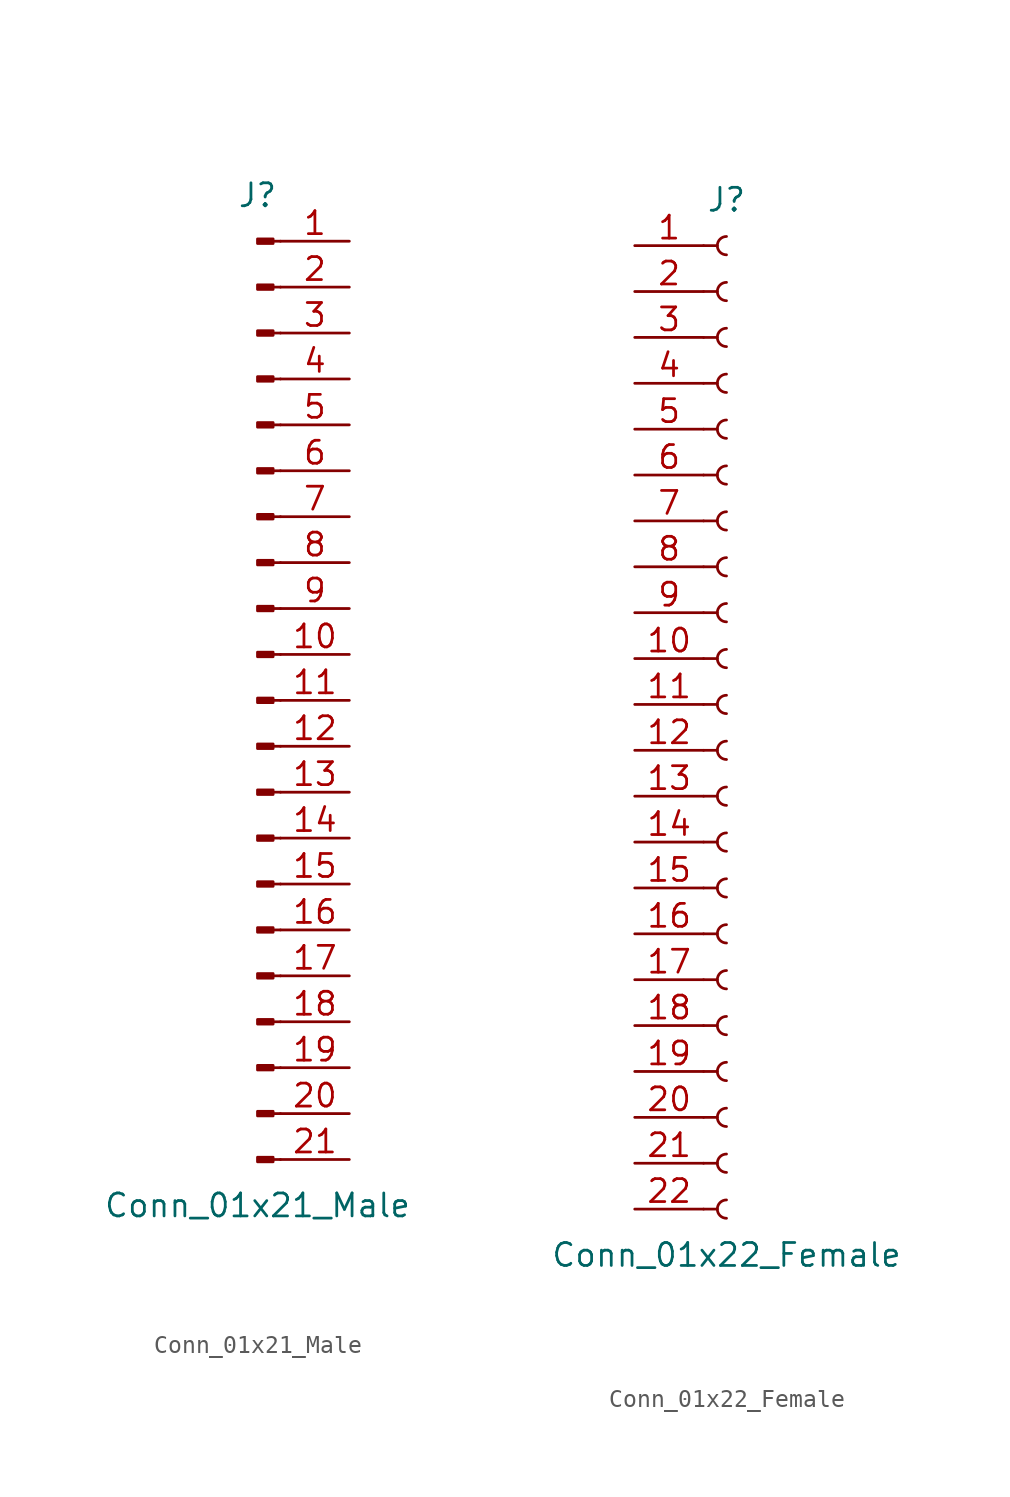
<source format=kicad_sym>
(kicad_symbol_lib
  (version 20220914)
  (generator kicad_symbol_editor)
  (symbol "Conn_01x21_Male"
    (pin_names
      (offset 1.016) hide)
    (property "Reference" "J"
      (at 0 27.94 0)
      (effects (font (size 1.27 1.27))))
    (property "Value" "Conn_01x21_Male"
      (at 0 -27.94 0)
      (effects (font (size 1.27 1.27))))
    (symbol "Conn_01x21_Male_1_1"
      (polyline (pts (xy 1.27 -25.4) (xy 0.864 -25.4)) (stroke (width 0.152) (type solid)) (fill (type none)))
      (polyline (pts (xy 1.27 -22.86) (xy 0.864 -22.86)) (stroke (width 0.152) (type solid)) (fill (type none)))
      (polyline (pts (xy 1.27 -20.32) (xy 0.864 -20.32)) (stroke (width 0.152) (type solid)) (fill (type none)))
      (polyline (pts (xy 1.27 -17.78) (xy 0.864 -17.78)) (stroke (width 0.152) (type solid)) (fill (type none)))
      (polyline (pts (xy 1.27 -15.24) (xy 0.864 -15.24)) (stroke (width 0.152) (type solid)) (fill (type none)))
      (polyline (pts (xy 1.27 -12.7) (xy 0.864 -12.7)) (stroke (width 0.152) (type solid)) (fill (type none)))
      (polyline (pts (xy 1.27 -10.16) (xy 0.864 -10.16)) (stroke (width 0.152) (type solid)) (fill (type none)))
      (polyline (pts (xy 1.27 -7.62) (xy 0.864 -7.62)) (stroke (width 0.152) (type solid)) (fill (type none)))
      (polyline (pts (xy 1.27 -5.08) (xy 0.864 -5.08)) (stroke (width 0.152) (type solid)) (fill (type none)))
      (polyline (pts (xy 1.27 -2.54) (xy 0.864 -2.54)) (stroke (width 0.152) (type solid)) (fill (type none)))
      (polyline (pts (xy 1.27 0) (xy 0.864 0)) (stroke (width 0.152) (type solid)) (fill (type none)))
      (polyline (pts (xy 1.27 2.54) (xy 0.864 2.54)) (stroke (width 0.152) (type solid)) (fill (type none)))
      (polyline (pts (xy 1.27 5.08) (xy 0.864 5.08)) (stroke (width 0.152) (type solid)) (fill (type none)))
      (polyline (pts (xy 1.27 7.62) (xy 0.864 7.62)) (stroke (width 0.152) (type solid)) (fill (type none)))
      (polyline (pts (xy 1.27 10.16) (xy 0.864 10.16)) (stroke (width 0.152) (type solid)) (fill (type none)))
      (polyline (pts (xy 1.27 12.7) (xy 0.864 12.7)) (stroke (width 0.152) (type solid)) (fill (type none)))
      (polyline (pts (xy 1.27 15.24) (xy 0.864 15.24)) (stroke (width 0.152) (type solid)) (fill (type none)))
      (polyline (pts (xy 1.27 17.78) (xy 0.864 17.78)) (stroke (width 0.152) (type solid)) (fill (type none)))
      (polyline (pts (xy 1.27 20.32) (xy 0.864 20.32)) (stroke (width 0.152) (type solid)) (fill (type none)))
      (polyline (pts (xy 1.27 22.86) (xy 0.864 22.86)) (stroke (width 0.152) (type solid)) (fill (type none)))
      (polyline (pts (xy 1.27 25.4) (xy 0.864 25.4)) (stroke (width 0.152) (type solid)) (fill (type none)))
      (rectangle (start 0.864 -25.273) (end 0 -25.527) (stroke (width 0.152) (type solid)) (fill (type outline)))
      (rectangle (start 0.864 -22.733) (end 0 -22.987) (stroke (width 0.152) (type solid)) (fill (type outline)))
      (rectangle (start 0.864 -20.193) (end 0 -20.447) (stroke (width 0.152) (type solid)) (fill (type outline)))
      (rectangle (start 0.864 -17.653) (end 0 -17.907) (stroke (width 0.152) (type solid)) (fill (type outline)))
      (rectangle (start 0.864 -15.113) (end 0 -15.367) (stroke (width 0.152) (type solid)) (fill (type outline)))
      (rectangle (start 0.864 -12.573) (end 0 -12.827) (stroke (width 0.152) (type solid)) (fill (type outline)))
      (rectangle (start 0.864 -10.033) (end 0 -10.287) (stroke (width 0.152) (type solid)) (fill (type outline)))
      (rectangle (start 0.864 -7.493) (end 0 -7.747) (stroke (width 0.152) (type solid)) (fill (type outline)))
      (rectangle (start 0.864 -4.953) (end 0 -5.207) (stroke (width 0.152) (type solid)) (fill (type outline)))
      (rectangle (start 0.864 -2.413) (end 0 -2.667) (stroke (width 0.152) (type solid)) (fill (type outline)))
      (rectangle (start 0.864 0.127) (end 0 -0.127) (stroke (width 0.152) (type solid)) (fill (type outline)))
      (rectangle (start 0.864 2.667) (end 0 2.413) (stroke (width 0.152) (type solid)) (fill (type outline)))
      (rectangle (start 0.864 5.207) (end 0 4.953) (stroke (width 0.152) (type solid)) (fill (type outline)))
      (rectangle (start 0.864 7.747) (end 0 7.493) (stroke (width 0.152) (type solid)) (fill (type outline)))
      (rectangle (start 0.864 10.287) (end 0 10.033) (stroke (width 0.152) (type solid)) (fill (type outline)))
      (rectangle (start 0.864 12.827) (end 0 12.573) (stroke (width 0.152) (type solid)) (fill (type outline)))
      (rectangle (start 0.864 15.367) (end 0 15.113) (stroke (width 0.152) (type solid)) (fill (type outline)))
      (rectangle (start 0.864 17.907) (end 0 17.653) (stroke (width 0.152) (type solid)) (fill (type outline)))
      (rectangle (start 0.864 20.447) (end 0 20.193) (stroke (width 0.152) (type solid)) (fill (type outline)))
      (rectangle (start 0.864 22.987) (end 0 22.733) (stroke (width 0.152) (type solid)) (fill (type outline)))
      (rectangle (start 0.864 25.527) (end 0 25.273) (stroke (width 0.152) (type solid)) (fill (type outline)))
      (pin passive line (at 5.08 25.4 180) (length 3.81) (name "Pin_1" (effects (font (size 1.27 1.27)))) (number "1" (effects (font (size 1.27 1.27)))))
      (pin passive line (at 5.08 2.54 180) (length 3.81) (name "Pin_10" (effects (font (size 1.27 1.27)))) (number "10" (effects (font (size 1.27 1.27)))))
      (pin passive line (at 5.08 0 180) (length 3.81) (name "Pin_11" (effects (font (size 1.27 1.27)))) (number "11" (effects (font (size 1.27 1.27)))))
      (pin passive line (at 5.08 -2.54 180) (length 3.81) (name "Pin_12" (effects (font (size 1.27 1.27)))) (number "12" (effects (font (size 1.27 1.27)))))
      (pin passive line (at 5.08 -5.08 180) (length 3.81) (name "Pin_13" (effects (font (size 1.27 1.27)))) (number "13" (effects (font (size 1.27 1.27)))))
      (pin passive line (at 5.08 -7.62 180) (length 3.81) (name "Pin_14" (effects (font (size 1.27 1.27)))) (number "14" (effects (font (size 1.27 1.27)))))
      (pin passive line (at 5.08 -10.16 180) (length 3.81) (name "Pin_15" (effects (font (size 1.27 1.27)))) (number "15" (effects (font (size 1.27 1.27)))))
      (pin passive line (at 5.08 -12.7 180) (length 3.81) (name "Pin_16" (effects (font (size 1.27 1.27)))) (number "16" (effects (font (size 1.27 1.27)))))
      (pin passive line (at 5.08 -15.24 180) (length 3.81) (name "Pin_17" (effects (font (size 1.27 1.27)))) (number "17" (effects (font (size 1.27 1.27)))))
      (pin passive line (at 5.08 -17.78 180) (length 3.81) (name "Pin_18" (effects (font (size 1.27 1.27)))) (number "18" (effects (font (size 1.27 1.27)))))
      (pin passive line (at 5.08 -20.32 180) (length 3.81) (name "Pin_19" (effects (font (size 1.27 1.27)))) (number "19" (effects (font (size 1.27 1.27)))))
      (pin passive line (at 5.08 22.86 180) (length 3.81) (name "Pin_2" (effects (font (size 1.27 1.27)))) (number "2" (effects (font (size 1.27 1.27)))))
      (pin passive line (at 5.08 -22.86 180) (length 3.81) (name "Pin_20" (effects (font (size 1.27 1.27)))) (number "20" (effects (font (size 1.27 1.27)))))
      (pin passive line (at 5.08 -25.4 180) (length 3.81) (name "Pin_21" (effects (font (size 1.27 1.27)))) (number "21" (effects (font (size 1.27 1.27)))))
      (pin passive line (at 5.08 20.32 180) (length 3.81) (name "Pin_3" (effects (font (size 1.27 1.27)))) (number "3" (effects (font (size 1.27 1.27)))))
      (pin passive line (at 5.08 17.78 180) (length 3.81) (name "Pin_4" (effects (font (size 1.27 1.27)))) (number "4" (effects (font (size 1.27 1.27)))))
      (pin passive line (at 5.08 15.24 180) (length 3.81) (name "Pin_5" (effects (font (size 1.27 1.27)))) (number "5" (effects (font (size 1.27 1.27)))))
      (pin passive line (at 5.08 12.7 180) (length 3.81) (name "Pin_6" (effects (font (size 1.27 1.27)))) (number "6" (effects (font (size 1.27 1.27)))))
      (pin passive line (at 5.08 10.16 180) (length 3.81) (name "Pin_7" (effects (font (size 1.27 1.27)))) (number "7" (effects (font (size 1.27 1.27)))))
      (pin passive line (at 5.08 7.62 180) (length 3.81) (name "Pin_8" (effects (font (size 1.27 1.27)))) (number "8" (effects (font (size 1.27 1.27)))))
      (pin passive line (at 5.08 5.08 180) (length 3.81) (name "Pin_9" (effects (font (size 1.27 1.27)))) (number "9" (effects (font (size 1.27 1.27)))))))
  (symbol "Conn_01x22_Female"
    (pin_names
      (offset 1.016) hide)
    (property "Reference" "J"
      (at 0 27.94 0)
      (effects (font (size 1.27 1.27))))
    (property "Value" "Conn_01x22_Female"
      (at 0 -30.48 0)
      (effects (font (size 1.27 1.27))))
    (symbol "Conn_01x22_Female_1_1"
      (arc (start 0 -27.432) (mid -0.5058 -27.94) (end 0 -28.448) (stroke (width 0.1524) (type solid)) (fill (type none)))
      (arc (start 0 -24.892) (mid -0.5058 -25.4) (end 0 -25.908) (stroke (width 0.1524) (type solid)) (fill (type none)))
      (arc (start 0 -22.352) (mid -0.5058 -22.86) (end 0 -23.368) (stroke (width 0.1524) (type solid)) (fill (type none)))
      (arc (start 0 -19.812) (mid -0.5058 -20.32) (end 0 -20.828) (stroke (width 0.1524) (type solid)) (fill (type none)))
      (arc (start 0 -17.272) (mid -0.5058 -17.78) (end 0 -18.288) (stroke (width 0.1524) (type solid)) (fill (type none)))
      (arc (start 0 -14.732) (mid -0.5058 -15.24) (end 0 -15.748) (stroke (width 0.1524) (type solid)) (fill (type none)))
      (arc (start 0 -12.192) (mid -0.5058 -12.7) (end 0 -13.208) (stroke (width 0.1524) (type solid)) (fill (type none)))
      (arc (start 0 -9.652) (mid -0.5058 -10.16) (end 0 -10.668) (stroke (width 0.1524) (type solid)) (fill (type none)))
      (arc (start 0 -7.112) (mid -0.5058 -7.62) (end 0 -8.128) (stroke (width 0.1524) (type solid)) (fill (type none)))
      (arc (start 0 -4.572) (mid -0.5058 -5.08) (end 0 -5.588) (stroke (width 0.1524) (type solid)) (fill (type none)))
      (arc (start 0 -2.032) (mid -0.5058 -2.54) (end 0 -3.048) (stroke (width 0.1524) (type solid)) (fill (type none)))
      (polyline (pts (xy -1.27 -27.94) (xy -0.508 -27.94)) (stroke (width 0.152) (type solid)) (fill (type none)))
      (polyline (pts (xy -1.27 -25.4) (xy -0.508 -25.4)) (stroke (width 0.152) (type solid)) (fill (type none)))
      (polyline (pts (xy -1.27 -22.86) (xy -0.508 -22.86)) (stroke (width 0.152) (type solid)) (fill (type none)))
      (polyline (pts (xy -1.27 -20.32) (xy -0.508 -20.32)) (stroke (width 0.152) (type solid)) (fill (type none)))
      (polyline (pts (xy -1.27 -17.78) (xy -0.508 -17.78)) (stroke (width 0.152) (type solid)) (fill (type none)))
      (polyline (pts (xy -1.27 -15.24) (xy -0.508 -15.24)) (stroke (width 0.152) (type solid)) (fill (type none)))
      (polyline (pts (xy -1.27 -12.7) (xy -0.508 -12.7)) (stroke (width 0.152) (type solid)) (fill (type none)))
      (polyline (pts (xy -1.27 -10.16) (xy -0.508 -10.16)) (stroke (width 0.152) (type solid)) (fill (type none)))
      (polyline (pts (xy -1.27 -7.62) (xy -0.508 -7.62)) (stroke (width 0.152) (type solid)) (fill (type none)))
      (polyline (pts (xy -1.27 -5.08) (xy -0.508 -5.08)) (stroke (width 0.152) (type solid)) (fill (type none)))
      (polyline (pts (xy -1.27 -2.54) (xy -0.508 -2.54)) (stroke (width 0.152) (type solid)) (fill (type none)))
      (polyline (pts (xy -1.27 0) (xy -0.508 0)) (stroke (width 0.152) (type solid)) (fill (type none)))
      (polyline (pts (xy -1.27 2.54) (xy -0.508 2.54)) (stroke (width 0.152) (type solid)) (fill (type none)))
      (polyline (pts (xy -1.27 5.08) (xy -0.508 5.08)) (stroke (width 0.152) (type solid)) (fill (type none)))
      (polyline (pts (xy -1.27 7.62) (xy -0.508 7.62)) (stroke (width 0.152) (type solid)) (fill (type none)))
      (polyline (pts (xy -1.27 10.16) (xy -0.508 10.16)) (stroke (width 0.152) (type solid)) (fill (type none)))
      (polyline (pts (xy -1.27 12.7) (xy -0.508 12.7)) (stroke (width 0.152) (type solid)) (fill (type none)))
      (polyline (pts (xy -1.27 15.24) (xy -0.508 15.24)) (stroke (width 0.152) (type solid)) (fill (type none)))
      (polyline (pts (xy -1.27 17.78) (xy -0.508 17.78)) (stroke (width 0.152) (type solid)) (fill (type none)))
      (polyline (pts (xy -1.27 20.32) (xy -0.508 20.32)) (stroke (width 0.152) (type solid)) (fill (type none)))
      (polyline (pts (xy -1.27 22.86) (xy -0.508 22.86)) (stroke (width 0.152) (type solid)) (fill (type none)))
      (polyline (pts (xy -1.27 25.4) (xy -0.508 25.4)) (stroke (width 0.152) (type solid)) (fill (type none)))
      (arc (start 0 0.508) (mid -0.5058 0) (end 0 -0.508) (stroke (width 0.1524) (type solid)) (fill (type none)))
      (arc (start 0 3.048) (mid -0.5058 2.54) (end 0 2.032) (stroke (width 0.1524) (type solid)) (fill (type none)))
      (arc (start 0 5.588) (mid -0.5058 5.08) (end 0 4.572) (stroke (width 0.1524) (type solid)) (fill (type none)))
      (arc (start 0 8.128) (mid -0.5058 7.62) (end 0 7.112) (stroke (width 0.1524) (type solid)) (fill (type none)))
      (arc (start 0 10.668) (mid -0.5058 10.16) (end 0 9.652) (stroke (width 0.1524) (type solid)) (fill (type none)))
      (arc (start 0 13.208) (mid -0.5058 12.7) (end 0 12.192) (stroke (width 0.1524) (type solid)) (fill (type none)))
      (arc (start 0 15.748) (mid -0.5058 15.24) (end 0 14.732) (stroke (width 0.1524) (type solid)) (fill (type none)))
      (arc (start 0 18.288) (mid -0.5058 17.78) (end 0 17.272) (stroke (width 0.1524) (type solid)) (fill (type none)))
      (arc (start 0 20.828) (mid -0.5058 20.32) (end 0 19.812) (stroke (width 0.1524) (type solid)) (fill (type none)))
      (arc (start 0 23.368) (mid -0.5058 22.86) (end 0 22.352) (stroke (width 0.1524) (type solid)) (fill (type none)))
      (arc (start 0 25.908) (mid -0.5058 25.4) (end 0 24.892) (stroke (width 0.1524) (type solid)) (fill (type none)))
      (pin passive line (at -5.08 25.4 0) (length 3.81) (name "Pin_1" (effects (font (size 1.27 1.27)))) (number "1" (effects (font (size 1.27 1.27)))))
      (pin passive line (at -5.08 2.54 0) (length 3.81) (name "Pin_10" (effects (font (size 1.27 1.27)))) (number "10" (effects (font (size 1.27 1.27)))))
      (pin passive line (at -5.08 0 0) (length 3.81) (name "Pin_11" (effects (font (size 1.27 1.27)))) (number "11" (effects (font (size 1.27 1.27)))))
      (pin passive line (at -5.08 -2.54 0) (length 3.81) (name "Pin_12" (effects (font (size 1.27 1.27)))) (number "12" (effects (font (size 1.27 1.27)))))
      (pin passive line (at -5.08 -5.08 0) (length 3.81) (name "Pin_13" (effects (font (size 1.27 1.27)))) (number "13" (effects (font (size 1.27 1.27)))))
      (pin passive line (at -5.08 -7.62 0) (length 3.81) (name "Pin_14" (effects (font (size 1.27 1.27)))) (number "14" (effects (font (size 1.27 1.27)))))
      (pin passive line (at -5.08 -10.16 0) (length 3.81) (name "Pin_15" (effects (font (size 1.27 1.27)))) (number "15" (effects (font (size 1.27 1.27)))))
      (pin passive line (at -5.08 -12.7 0) (length 3.81) (name "Pin_16" (effects (font (size 1.27 1.27)))) (number "16" (effects (font (size 1.27 1.27)))))
      (pin passive line (at -5.08 -15.24 0) (length 3.81) (name "Pin_17" (effects (font (size 1.27 1.27)))) (number "17" (effects (font (size 1.27 1.27)))))
      (pin passive line (at -5.08 -17.78 0) (length 3.81) (name "Pin_18" (effects (font (size 1.27 1.27)))) (number "18" (effects (font (size 1.27 1.27)))))
      (pin passive line (at -5.08 -20.32 0) (length 3.81) (name "Pin_19" (effects (font (size 1.27 1.27)))) (number "19" (effects (font (size 1.27 1.27)))))
      (pin passive line (at -5.08 22.86 0) (length 3.81) (name "Pin_2" (effects (font (size 1.27 1.27)))) (number "2" (effects (font (size 1.27 1.27)))))
      (pin passive line (at -5.08 -22.86 0) (length 3.81) (name "Pin_20" (effects (font (size 1.27 1.27)))) (number "20" (effects (font (size 1.27 1.27)))))
      (pin passive line (at -5.08 -25.4 0) (length 3.81) (name "Pin_21" (effects (font (size 1.27 1.27)))) (number "21" (effects (font (size 1.27 1.27)))))
      (pin passive line (at -5.08 -27.94 0) (length 3.81) (name "Pin_22" (effects (font (size 1.27 1.27)))) (number "22" (effects (font (size 1.27 1.27)))))
      (pin passive line (at -5.08 20.32 0) (length 3.81) (name "Pin_3" (effects (font (size 1.27 1.27)))) (number "3" (effects (font (size 1.27 1.27)))))
      (pin passive line (at -5.08 17.78 0) (length 3.81) (name "Pin_4" (effects (font (size 1.27 1.27)))) (number "4" (effects (font (size 1.27 1.27)))))
      (pin passive line (at -5.08 15.24 0) (length 3.81) (name "Pin_5" (effects (font (size 1.27 1.27)))) (number "5" (effects (font (size 1.27 1.27)))))
      (pin passive line (at -5.08 12.7 0) (length 3.81) (name "Pin_6" (effects (font (size 1.27 1.27)))) (number "6" (effects (font (size 1.27 1.27)))))
      (pin passive line (at -5.08 10.16 0) (length 3.81) (name "Pin_7" (effects (font (size 1.27 1.27)))) (number "7" (effects (font (size 1.27 1.27)))))
      (pin passive line (at -5.08 7.62 0) (length 3.81) (name "Pin_8" (effects (font (size 1.27 1.27)))) (number "8" (effects (font (size 1.27 1.27)))))
      (pin passive line (at -5.08 5.08 0) (length 3.81) (name "Pin_9" (effects (font (size 1.27 1.27)))) (number "9" (effects (font (size 1.27 1.27))))))))
</source>
